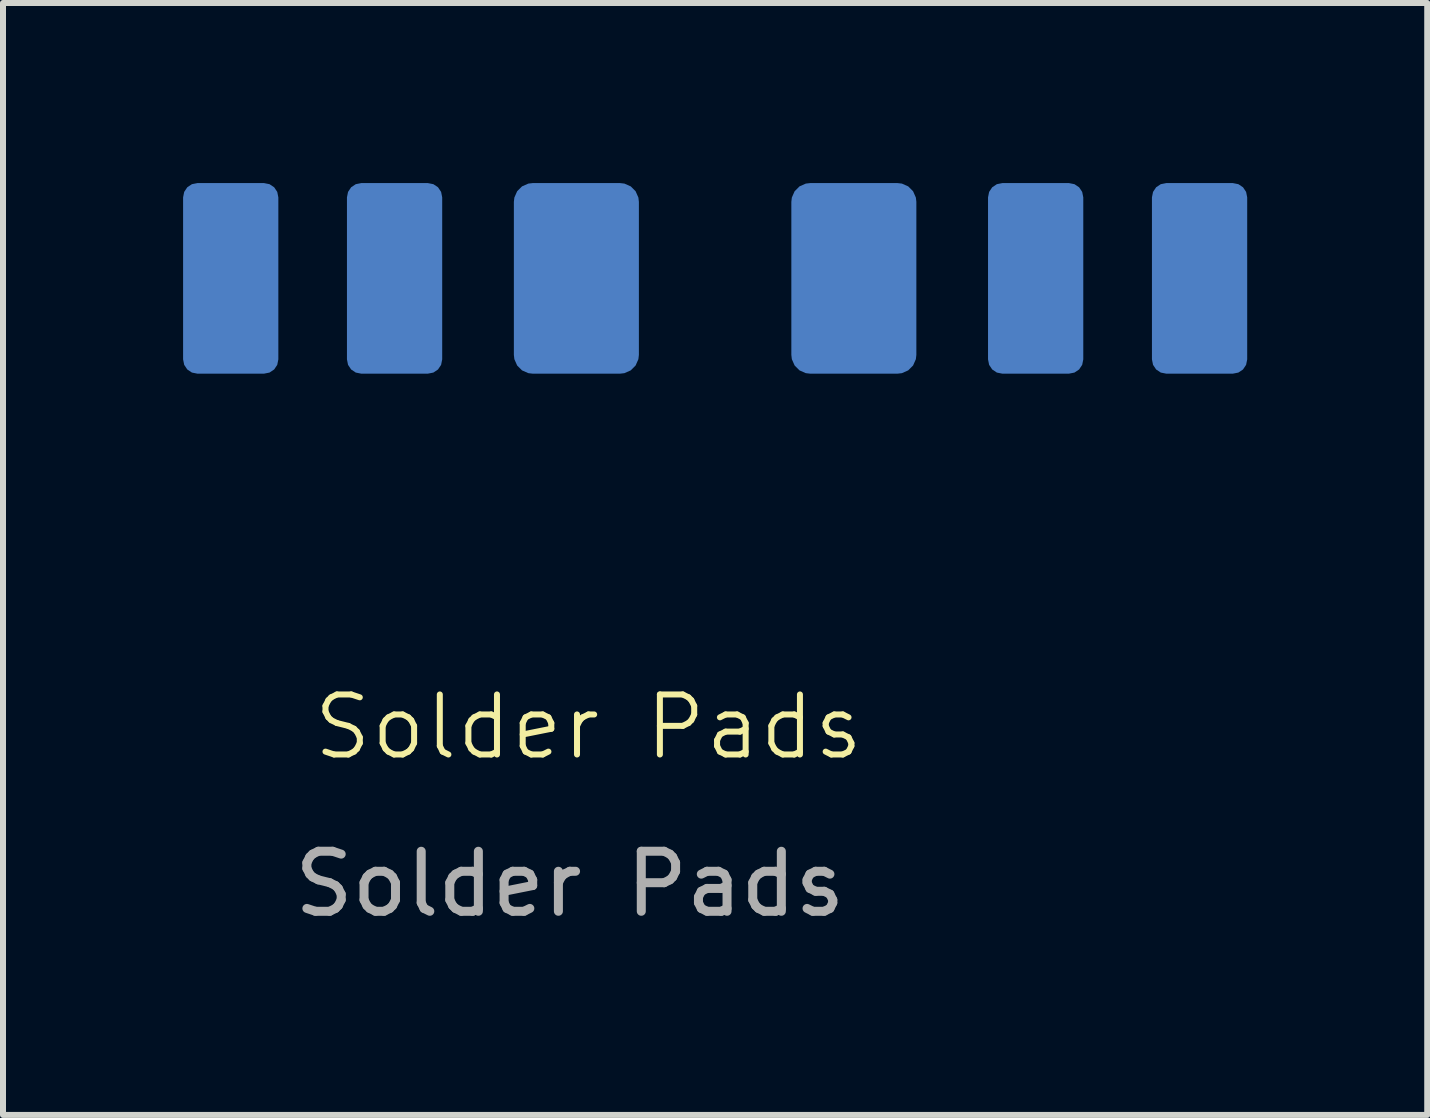
<source format=kicad_pcb>
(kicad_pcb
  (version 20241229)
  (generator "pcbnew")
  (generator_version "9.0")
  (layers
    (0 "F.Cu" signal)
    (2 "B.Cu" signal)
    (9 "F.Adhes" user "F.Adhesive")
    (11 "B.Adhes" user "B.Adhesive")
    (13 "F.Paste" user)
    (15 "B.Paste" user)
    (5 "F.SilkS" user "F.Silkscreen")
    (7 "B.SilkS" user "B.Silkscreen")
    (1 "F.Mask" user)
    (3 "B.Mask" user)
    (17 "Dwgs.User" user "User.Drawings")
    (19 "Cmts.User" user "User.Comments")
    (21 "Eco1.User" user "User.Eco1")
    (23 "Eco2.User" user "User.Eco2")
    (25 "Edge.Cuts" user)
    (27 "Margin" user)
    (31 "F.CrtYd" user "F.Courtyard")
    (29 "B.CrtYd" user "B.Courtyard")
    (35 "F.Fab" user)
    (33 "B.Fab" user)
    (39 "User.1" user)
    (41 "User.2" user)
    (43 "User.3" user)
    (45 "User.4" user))
  (footprint "Solder Pads"
    (layer "F.Cu")
    (at 6.444 9.178)
    (property "Reference" "Solder Pads" (at 0.31 -0.115 0) (unlocked yes) (layer "F.SilkS") (effects (font (size 1 1) (thickness 0.1))))
    (attr smd)
    (fp_text user "${REFERENCE}" (at 0 2.5 0) (unlocked yes) (layer "F.Fab") (effects (font (size 1 1) (thickness 0.15))))
    (pad "CAN H" smd roundrect (at -2.92 -7.59 90) (size 3.175 1.587) (layers "B.Cu" "B.Mask" "B.Paste") (roundrect_rratio 0.15))
    (pad "CAN H" smd roundrect (at 7.761 -7.59 90) (size 3.175 1.587) (layers "B.Cu" "B.Mask" "B.Paste") (roundrect_rratio 0.15))
    (pad "CAN L" smd roundrect (at -5.65 -7.59 90) (size 3.175 1.587) (layers "B.Cu" "B.Mask" "B.Paste") (roundrect_rratio 0.15))
    (pad "CAN L" smd roundrect (at 10.492 -7.59 90) (size 3.175 1.587) (layers "B.Cu" "B.Mask" "B.Paste") (roundrect_rratio 0.15))
    (pad "GND" smd roundrect (at 4.732 -7.59 90) (size 3.175 2.083) (layers "B.Cu" "B.Mask" "B.Paste") (roundrect_rratio 0.15))
    (pad "VIN" smd roundrect (at 0.109 -7.59 90) (size 3.175 2.083) (layers "B.Cu" "B.Mask" "B.Paste") (roundrect_rratio 0.15)))
  (gr_rect
    (start -3 -3)
    (end 20.729 15.526)
    (stroke (width 0.1) (type default))
    (fill no)
    (layer "Edge.Cuts")))
</source>
